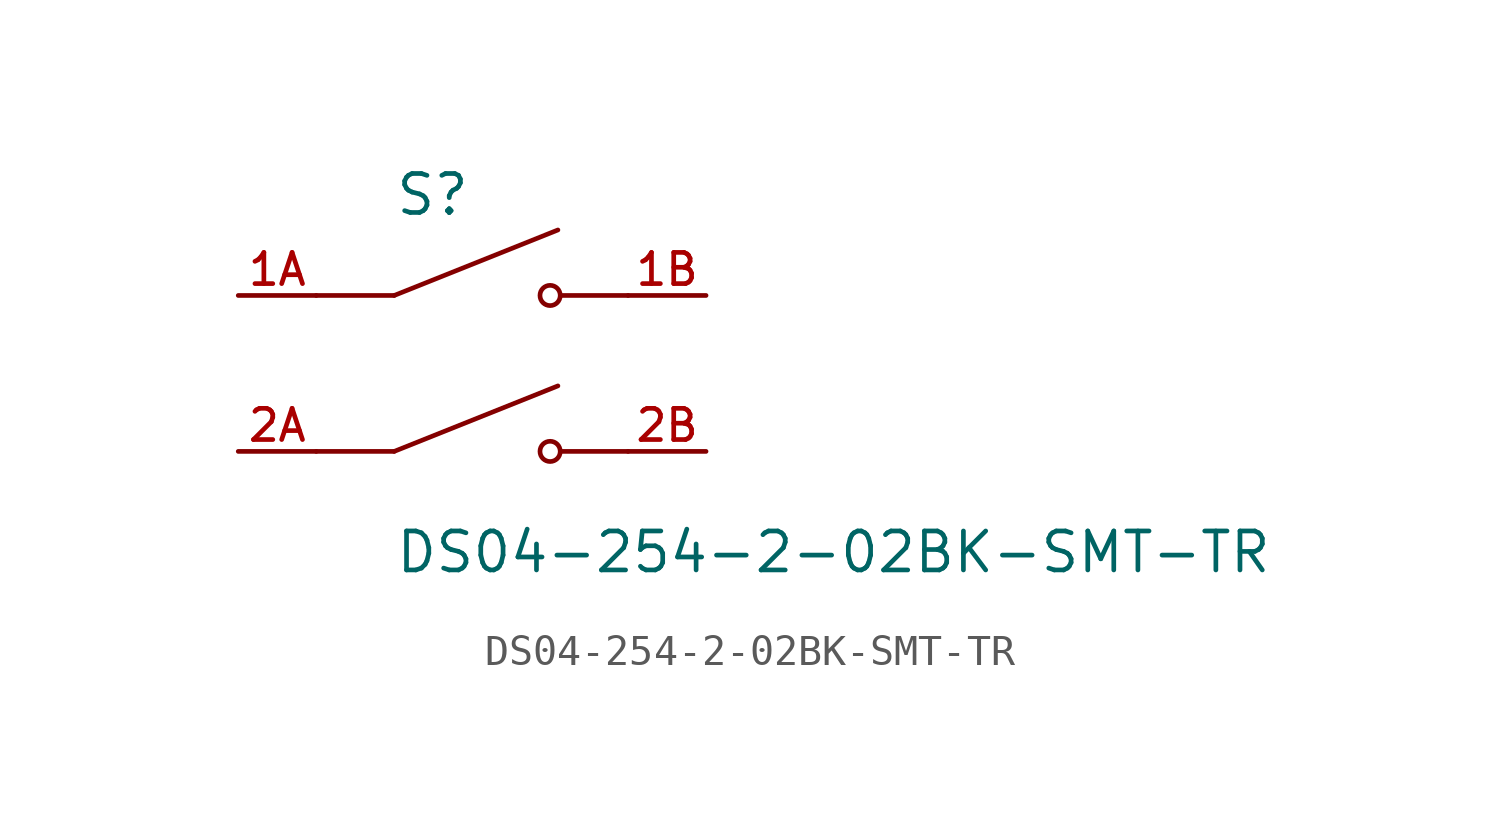
<source format=kicad_sym>
(kicad_symbol_lib
  (version 20211014)
  (generator kicad_symbol_editor)
  (symbol "DS04-254-2-02BK-SMT-TR"
    (pin_names
      (offset 1.016))
    (property "Reference" "S"
      (at -2.54 5.08 0)
      (effects (font (size 1.27 1.27)) (justify bottom left)))
    (property "Value" "DS04-254-2-02BK-SMT-TR"
      (at -2.54 -5.08 0)
      (effects (font (size 1.27 1.27)) (justify top left)))
    (symbol "DS04-254-2-02BK-SMT-TR_0_0"
      (polyline (pts (xy -2.54 2.54) (xy 2.794 4.674)) (stroke (width 0.152)))
      (circle (center 2.54 2.54) (radius 0.33) (stroke (width 0.152)) (fill (type none)))
      (polyline (pts (xy 5.08 2.54) (xy 2.921 2.54)) (stroke (width 0.152)))
      (polyline (pts (xy -2.54 2.54) (xy -5.08 2.54)) (stroke (width 0.152)))
      (polyline (pts (xy -2.54 -2.54) (xy 2.794 -0.406)) (stroke (width 0.152)))
      (circle (center 2.54 -2.54) (radius 0.33) (stroke (width 0.152)) (fill (type none)))
      (polyline (pts (xy 5.08 -2.54) (xy 2.921 -2.54)) (stroke (width 0.152)))
      (polyline (pts (xy -2.54 -2.54) (xy -5.08 -2.54)) (stroke (width 0.152)))
      (pin passive line (at -7.62 2.54 0) (length 2.54) (name "~" (effects (font (size 1.016 1.016)))) (number "1A" (effects (font (size 1.016 1.016)))))
      (pin passive line (at 7.62 2.54 180.0) (length 2.54) (name "~" (effects (font (size 1.016 1.016)))) (number "1B" (effects (font (size 1.016 1.016)))))
      (pin passive line (at -7.62 -2.54 0) (length 2.54) (name "~" (effects (font (size 1.016 1.016)))) (number "2A" (effects (font (size 1.016 1.016)))))
      (pin passive line (at 7.62 -2.54 180.0) (length 2.54) (name "~" (effects (font (size 1.016 1.016)))) (number "2B" (effects (font (size 1.016 1.016))))))))
</source>
